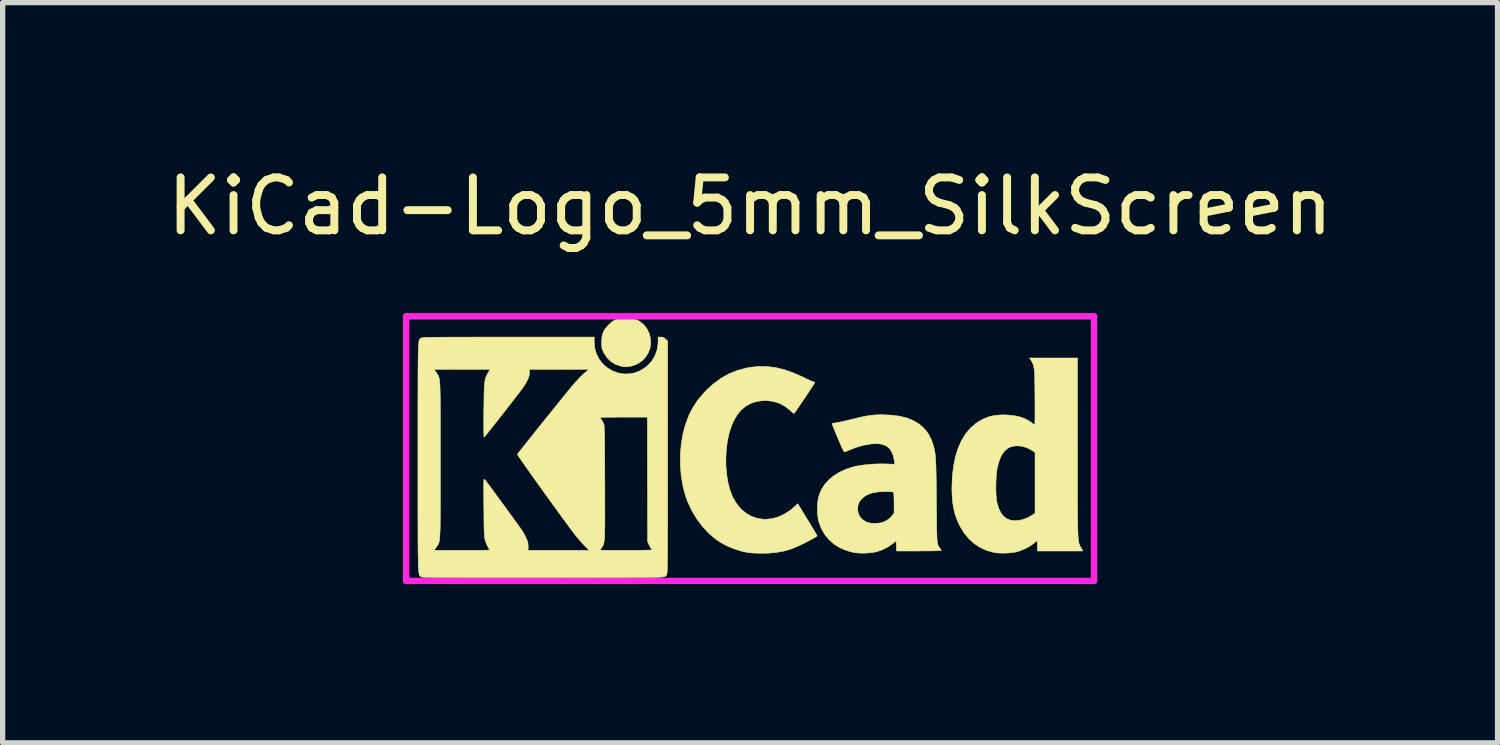
<source format=kicad_pcb>
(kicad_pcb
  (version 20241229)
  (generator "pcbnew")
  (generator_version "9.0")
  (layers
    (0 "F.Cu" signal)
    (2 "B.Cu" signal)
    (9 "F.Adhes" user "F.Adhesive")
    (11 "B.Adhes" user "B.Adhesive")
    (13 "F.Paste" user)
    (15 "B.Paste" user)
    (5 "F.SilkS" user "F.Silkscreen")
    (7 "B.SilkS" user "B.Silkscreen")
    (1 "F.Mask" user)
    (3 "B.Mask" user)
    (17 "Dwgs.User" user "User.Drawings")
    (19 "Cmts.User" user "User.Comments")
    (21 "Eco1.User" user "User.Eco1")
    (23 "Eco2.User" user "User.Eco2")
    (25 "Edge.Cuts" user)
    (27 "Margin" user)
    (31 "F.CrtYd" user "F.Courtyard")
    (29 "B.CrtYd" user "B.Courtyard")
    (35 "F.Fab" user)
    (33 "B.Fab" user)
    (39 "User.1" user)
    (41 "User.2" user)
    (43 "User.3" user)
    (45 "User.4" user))
  (footprint "KiCad-Logo_5mm_SilkScreen"
    (layer "F.Cu")
    (at 11.125 5.928)
    (property "Reference" "KiCad-Logo_5mm_SilkScreen" (at 0 -5.08 0) (layer "F.SilkS") (effects (font (size 1 1) (thickness 0.15))))
    (attr exclude_from_pos_files exclude_from_bom)
    (fp_poly (pts (xy -2.273 -2.973) (xy -2.177 -2.949) (xy -2.09 -2.906) (xy -2.015 -2.847) (xy -1.954 -2.772) (xy -1.909 -2.683) (xy -1.883 -2.586) (xy -1.877 -2.489) (xy -1.892 -2.395) (xy -1.926 -2.307) (xy -1.977 -2.228) (xy -2.042 -2.16) (xy -2.121 -2.106) (xy -2.212 -2.068) (xy -2.263 -2.056) (xy -2.308 -2.048) (xy -2.342 -2.045) (xy -2.375 -2.047) (xy -2.415 -2.054) (xy -2.449 -2.061) (xy -2.542 -2.092) (xy -2.626 -2.143) (xy -2.698 -2.213) (xy -2.756 -2.298) (xy -2.77 -2.326) (xy -2.787 -2.362) (xy -2.797 -2.392) (xy -2.802 -2.425) (xy -2.805 -2.466) (xy -2.805 -2.512) (xy -2.801 -2.596) (xy -2.787 -2.665) (xy -2.762 -2.726) (xy -2.723 -2.784) (xy -2.684 -2.829) (xy -2.612 -2.895) (xy -2.537 -2.94) (xy -2.455 -2.967) (xy -2.377 -2.977) (xy -2.273 -2.973)) (stroke (width 0.01) (type solid)) (fill yes) (layer "F.SilkS"))
    (fp_poly (pts (xy 0.328 -2.051) (xy 0.489 -2.03) (xy 0.653 -1.99) (xy 0.822 -1.93) (xy 1 -1.851) (xy 1.011 -1.845) (xy 1.069 -1.817) (xy 1.121 -1.793) (xy 1.162 -1.775) (xy 1.19 -1.764) (xy 1.2 -1.761) (xy 1.219 -1.756) (xy 1.224 -1.752) (xy 1.218 -1.741) (xy 1.202 -1.715) (xy 1.177 -1.676) (xy 1.145 -1.626) (xy 1.107 -1.569) (xy 1.066 -1.507) (xy 1.023 -1.442) (xy 0.98 -1.379) (xy 0.939 -1.319) (xy 0.902 -1.265) (xy 0.871 -1.22) (xy 0.847 -1.186) (xy 0.832 -1.167) (xy 0.83 -1.165) (xy 0.82 -1.17) (xy 0.798 -1.187) (xy 0.767 -1.214) (xy 0.752 -1.228) (xy 0.655 -1.303) (xy 0.548 -1.359) (xy 0.433 -1.394) (xy 0.31 -1.408) (xy 0.241 -1.407) (xy 0.119 -1.39) (xy 0.01 -1.354) (xy -0.087 -1.299) (xy -0.174 -1.225) (xy -0.249 -1.131) (xy -0.314 -1.018) (xy -0.351 -0.931) (xy -0.395 -0.796) (xy -0.428 -0.648) (xy -0.448 -0.493) (xy -0.458 -0.333) (xy -0.456 -0.173) (xy -0.443 -0.016) (xy -0.419 0.133) (xy -0.384 0.271) (xy -0.338 0.395) (xy -0.322 0.429) (xy -0.253 0.543) (xy -0.173 0.64) (xy -0.081 0.718) (xy 0.02 0.777) (xy 0.13 0.816) (xy 0.247 0.834) (xy 0.289 0.835) (xy 0.41 0.824) (xy 0.531 0.791) (xy 0.649 0.737) (xy 0.762 0.663) (xy 0.854 0.585) (xy 0.9 0.54) (xy 1.081 0.837) (xy 1.127 0.911) (xy 1.168 0.98) (xy 1.204 1.039) (xy 1.233 1.088) (xy 1.254 1.124) (xy 1.265 1.144) (xy 1.266 1.147) (xy 1.258 1.157) (xy 1.233 1.174) (xy 1.193 1.197) (xy 1.142 1.225) (xy 1.084 1.255) (xy 1.021 1.287) (xy 0.958 1.318) (xy 0.896 1.346) (xy 0.839 1.371) (xy 0.791 1.391) (xy 0.768 1.399) (xy 0.634 1.437) (xy 0.496 1.462) (xy 0.349 1.475) (xy 0.222 1.477) (xy 0.154 1.476) (xy 0.088 1.474) (xy 0.031 1.471) (xy -0.013 1.468) (xy -0.027 1.466) (xy -0.166 1.438) (xy -0.307 1.392) (xy -0.445 1.334) (xy -0.572 1.264) (xy -0.649 1.211) (xy -0.777 1.103) (xy -0.895 0.977) (xy -1.002 0.835) (xy -1.095 0.681) (xy -1.173 0.518) (xy -1.217 0.401) (xy -1.267 0.217) (xy -1.301 0.023) (xy -1.318 -0.179) (xy -1.318 -0.382) (xy -1.301 -0.584) (xy -1.268 -0.781) (xy -1.217 -0.967) (xy -1.214 -0.978) (xy -1.151 -1.14) (xy -1.074 -1.288) (xy -0.981 -1.426) (xy -0.868 -1.558) (xy -0.825 -1.604) (xy -0.688 -1.728) (xy -0.549 -1.83) (xy -0.403 -1.912) (xy -0.249 -1.975) (xy -0.084 -2.02) (xy 0.011 -2.038) (xy 0.17 -2.054) (xy 0.328 -2.051)) (stroke (width 0.01) (type solid)) (fill yes) (layer "F.SilkS"))
    (fp_poly (pts (xy 6.187 -0.528) (xy 6.187 -0.293) (xy 6.187 -0.08) (xy 6.187 0.112) (xy 6.187 0.285) (xy 6.187 0.441) (xy 6.188 0.579) (xy 6.188 0.701) (xy 6.189 0.808) (xy 6.19 0.901) (xy 6.192 0.982) (xy 6.194 1.051) (xy 6.196 1.11) (xy 6.198 1.159) (xy 6.202 1.2) (xy 6.205 1.234) (xy 6.21 1.262) (xy 6.214 1.285) (xy 6.22 1.304) (xy 6.226 1.321) (xy 6.233 1.335) (xy 6.24 1.349) (xy 6.249 1.364) (xy 6.254 1.373) (xy 6.288 1.434) (xy 5.43 1.434) (xy 5.43 1.338) (xy 5.429 1.294) (xy 5.427 1.261) (xy 5.424 1.243) (xy 5.423 1.242) (xy 5.412 1.249) (xy 5.389 1.267) (xy 5.366 1.286) (xy 5.312 1.327) (xy 5.242 1.368) (xy 5.165 1.405) (xy 5.088 1.435) (xy 5.057 1.445) (xy 4.989 1.46) (xy 4.906 1.47) (xy 4.816 1.475) (xy 4.728 1.474) (xy 4.649 1.469) (xy 4.612 1.463) (xy 4.473 1.425) (xy 4.346 1.367) (xy 4.23 1.29) (xy 4.127 1.195) (xy 4.036 1.081) (xy 3.969 0.97) (xy 3.914 0.854) (xy 3.872 0.734) (xy 3.842 0.608) (xy 3.823 0.472) (xy 3.815 0.32) (xy 3.814 0.243) (xy 3.816 0.186) (xy 4.645 0.186) (xy 4.645 0.279) (xy 4.648 0.367) (xy 4.654 0.444) (xy 4.662 0.505) (xy 4.665 0.517) (xy 4.697 0.625) (xy 4.738 0.712) (xy 4.79 0.779) (xy 4.853 0.826) (xy 4.926 0.853) (xy 5.011 0.862) (xy 5.107 0.851) (xy 5.17 0.835) (xy 5.219 0.817) (xy 5.274 0.791) (xy 5.314 0.767) (xy 5.385 0.721) (xy 5.385 -0.429) (xy 5.317 -0.473) (xy 5.239 -0.514) (xy 5.155 -0.541) (xy 5.07 -0.553) (xy 4.988 -0.549) (xy 4.915 -0.53) (xy 4.883 -0.515) (xy 4.826 -0.472) (xy 4.777 -0.415) (xy 4.735 -0.342) (xy 4.701 -0.252) (xy 4.672 -0.141) (xy 4.671 -0.135) (xy 4.66 -0.073) (xy 4.653 0.005) (xy 4.648 0.093) (xy 4.645 0.186) (xy 3.816 0.186) (xy 3.822 0.03) (xy 3.844 -0.166) (xy 3.88 -0.345) (xy 3.93 -0.506) (xy 3.994 -0.65) (xy 4.071 -0.777) (xy 4.163 -0.886) (xy 4.268 -0.977) (xy 4.314 -1.008) (xy 4.415 -1.064) (xy 4.518 -1.104) (xy 4.628 -1.128) (xy 4.749 -1.138) (xy 4.842 -1.137) (xy 4.971 -1.126) (xy 5.084 -1.104) (xy 5.183 -1.07) (xy 5.271 -1.024) (xy 5.32 -0.99) (xy 5.349 -0.968) (xy 5.371 -0.953) (xy 5.379 -0.948) (xy 5.381 -0.959) (xy 5.382 -0.99) (xy 5.383 -1.037) (xy 5.384 -1.1) (xy 5.384 -1.173) (xy 5.384 -1.256) (xy 5.384 -1.344) (xy 5.384 -1.436) (xy 5.383 -1.528) (xy 5.382 -1.618) (xy 5.381 -1.704) (xy 5.38 -1.781) (xy 5.379 -1.848) (xy 5.377 -1.902) (xy 5.375 -1.94) (xy 5.375 -1.947) (xy 5.367 -2.018) (xy 5.356 -2.073) (xy 5.338 -2.12) (xy 5.312 -2.166) (xy 5.305 -2.176) (xy 5.281 -2.213) (xy 6.186 -2.213) (xy 6.187 -0.528)) (stroke (width 0.01) (type solid)) (fill yes) (layer "F.SilkS"))
    (fp_poly (pts (xy 2.674 -1.133) (xy 2.825 -1.113) (xy 2.961 -1.08) (xy 3.08 -1.032) (xy 3.185 -0.971) (xy 3.262 -0.907) (xy 3.331 -0.833) (xy 3.385 -0.753) (xy 3.428 -0.661) (xy 3.443 -0.618) (xy 3.456 -0.579) (xy 3.467 -0.543) (xy 3.477 -0.508) (xy 3.485 -0.472) (xy 3.492 -0.433) (xy 3.498 -0.39) (xy 3.503 -0.34) (xy 3.507 -0.283) (xy 3.51 -0.215) (xy 3.513 -0.136) (xy 3.515 -0.043) (xy 3.517 0.066) (xy 3.518 0.192) (xy 3.52 0.337) (xy 3.521 0.48) (xy 3.522 0.636) (xy 3.524 0.771) (xy 3.525 0.887) (xy 3.526 0.986) (xy 3.528 1.068) (xy 3.53 1.136) (xy 3.532 1.192) (xy 3.535 1.236) (xy 3.539 1.271) (xy 3.544 1.299) (xy 3.55 1.321) (xy 3.557 1.338) (xy 3.565 1.352) (xy 3.574 1.366) (xy 3.585 1.38) (xy 3.59 1.385) (xy 3.605 1.408) (xy 3.612 1.423) (xy 3.612 1.424) (xy 3.602 1.426) (xy 3.571 1.428) (xy 3.522 1.43) (xy 3.458 1.431) (xy 3.382 1.433) (xy 3.295 1.433) (xy 3.2 1.434) (xy 3.19 1.434) (xy 2.767 1.434) (xy 2.763 1.338) (xy 2.76 1.242) (xy 2.698 1.293) (xy 2.601 1.36) (xy 2.491 1.415) (xy 2.404 1.445) (xy 2.335 1.46) (xy 2.252 1.47) (xy 2.162 1.475) (xy 2.074 1.474) (xy 1.995 1.468) (xy 1.959 1.463) (xy 1.819 1.425) (xy 1.692 1.37) (xy 1.58 1.299) (xy 1.484 1.213) (xy 1.404 1.112) (xy 1.341 0.997) (xy 1.296 0.871) (xy 1.284 0.814) (xy 1.276 0.752) (xy 1.273 0.677) (xy 1.272 0.643) (xy 1.272 0.64) (xy 2.032 0.64) (xy 2.042 0.715) (xy 2.07 0.779) (xy 2.118 0.835) (xy 2.123 0.839) (xy 2.172 0.874) (xy 2.223 0.897) (xy 2.284 0.909) (xy 2.359 0.911) (xy 2.377 0.911) (xy 2.431 0.908) (xy 2.471 0.903) (xy 2.506 0.893) (xy 2.545 0.876) (xy 2.556 0.871) (xy 2.616 0.835) (xy 2.663 0.792) (xy 2.676 0.777) (xy 2.721 0.72) (xy 2.721 0.525) (xy 2.72 0.446) (xy 2.718 0.388) (xy 2.715 0.349) (xy 2.711 0.327) (xy 2.707 0.32) (xy 2.691 0.317) (xy 2.657 0.314) (xy 2.61 0.313) (xy 2.555 0.312) (xy 2.546 0.312) (xy 2.425 0.317) (xy 2.323 0.333) (xy 2.236 0.361) (xy 2.164 0.401) (xy 2.109 0.448) (xy 2.064 0.506) (xy 2.039 0.569) (xy 2.032 0.64) (xy 1.272 0.64) (xy 1.274 0.55) (xy 1.283 0.471) (xy 1.299 0.4) (xy 1.324 0.329) (xy 1.348 0.276) (xy 1.407 0.181) (xy 1.485 0.093) (xy 1.58 0.014) (xy 1.69 -0.055) (xy 1.813 -0.111) (xy 1.945 -0.154) (xy 2.009 -0.169) (xy 2.146 -0.191) (xy 2.294 -0.206) (xy 2.446 -0.212) (xy 2.572 -0.211) (xy 2.734 -0.204) (xy 2.727 -0.263) (xy 2.707 -0.362) (xy 2.676 -0.443) (xy 2.632 -0.506) (xy 2.575 -0.551) (xy 2.503 -0.58) (xy 2.416 -0.594) (xy 2.313 -0.591) (xy 2.275 -0.587) (xy 2.134 -0.562) (xy 1.997 -0.521) (xy 1.902 -0.483) (xy 1.857 -0.464) (xy 1.819 -0.448) (xy 1.792 -0.439) (xy 1.785 -0.437) (xy 1.775 -0.446) (xy 1.758 -0.475) (xy 1.734 -0.524) (xy 1.703 -0.594) (xy 1.665 -0.684) (xy 1.658 -0.7) (xy 1.628 -0.772) (xy 1.601 -0.838) (xy 1.578 -0.893) (xy 1.561 -0.936) (xy 1.55 -0.963) (xy 1.547 -0.972) (xy 1.557 -0.977) (xy 1.583 -0.982) (xy 1.611 -0.986) (xy 1.642 -0.991) (xy 1.689 -1) (xy 1.751 -1.013) (xy 1.821 -1.029) (xy 1.896 -1.047) (xy 1.925 -1.054) (xy 2.03 -1.08) (xy 2.117 -1.1) (xy 2.192 -1.115) (xy 2.258 -1.126) (xy 2.319 -1.133) (xy 2.381 -1.138) (xy 2.446 -1.14) (xy 2.504 -1.14) (xy 2.674 -1.133)) (stroke (width 0.01) (type solid)) (fill yes) (layer "F.SilkS"))
    (fp_poly (pts (xy -2.946 -2.511) (xy -2.936 -2.397) (xy -2.904 -2.289) (xy -2.853 -2.19) (xy -2.784 -2.102) (xy -2.699 -2.027) (xy -2.602 -1.97) (xy -2.496 -1.93) (xy -2.389 -1.911) (xy -2.283 -1.913) (xy -2.181 -1.932) (xy -2.085 -1.969) (xy -1.996 -2.021) (xy -1.917 -2.087) (xy -1.849 -2.167) (xy -1.796 -2.258) (xy -1.759 -2.359) (xy -1.74 -2.47) (xy -1.738 -2.52) (xy -1.738 -2.608) (xy -1.687 -2.608) (xy -1.65 -2.605) (xy -1.623 -2.593) (xy -1.596 -2.569) (xy -1.558 -2.531) (xy -1.558 -0.339) (xy -1.558 -0.077) (xy -1.558 0.163) (xy -1.558 0.383) (xy -1.558 0.583) (xy -1.558 0.764) (xy -1.558 0.928) (xy -1.559 1.074) (xy -1.559 1.205) (xy -1.559 1.32) (xy -1.56 1.421) (xy -1.561 1.509) (xy -1.561 1.585) (xy -1.562 1.65) (xy -1.563 1.704) (xy -1.564 1.749) (xy -1.565 1.786) (xy -1.567 1.815) (xy -1.568 1.837) (xy -1.57 1.854) (xy -1.572 1.866) (xy -1.574 1.874) (xy -1.576 1.88) (xy -1.577 1.882) (xy -1.581 1.889) (xy -1.585 1.895) (xy -1.589 1.901) (xy -1.594 1.906) (xy -1.601 1.911) (xy -1.611 1.916) (xy -1.625 1.92) (xy -1.645 1.923) (xy -1.669 1.926) (xy -1.701 1.929) (xy -1.741 1.931) (xy -1.789 1.934) (xy -1.846 1.935) (xy -1.914 1.937) (xy -1.994 1.938) (xy -2.085 1.939) (xy -2.19 1.94) (xy -2.309 1.94) (xy -2.443 1.941) (xy -2.593 1.941) (xy -2.76 1.941) (xy -2.945 1.942) (xy -3.149 1.942) (xy -3.372 1.942) (xy -3.616 1.941) (xy -3.881 1.941) (xy -3.92 1.941) (xy -4.187 1.941) (xy -4.432 1.941) (xy -4.657 1.941) (xy -4.861 1.941) (xy -5.047 1.941) (xy -5.215 1.941) (xy -5.366 1.94) (xy -5.501 1.94) (xy -5.62 1.939) (xy -5.725 1.939) (xy -5.817 1.938) (xy -5.896 1.938) (xy -5.964 1.937) (xy -6.021 1.936) (xy -6.069 1.935) (xy -6.107 1.933) (xy -6.138 1.932) (xy -6.162 1.931) (xy -6.18 1.929) (xy -6.192 1.927) (xy -6.201 1.925) (xy -6.205 1.923) (xy -6.214 1.92) (xy -6.221 1.917) (xy -6.229 1.915) (xy -6.235 1.911) (xy -6.241 1.906) (xy -6.246 1.897) (xy -6.251 1.885) (xy -6.255 1.869) (xy -6.259 1.846) (xy -6.262 1.818) (xy -6.265 1.781) (xy -6.268 1.737) (xy -6.27 1.683) (xy -6.271 1.618) (xy -6.273 1.543) (xy -6.274 1.455) (xy -6.275 1.354) (xy -6.276 1.239) (xy -6.276 1.11) (xy -6.276 0.964) (xy -6.277 0.802) (xy -6.277 0.621) (xy -6.277 0.422) (xy -6.277 0.204) (xy -6.277 -0.035) (xy -6.277 -0.296) (xy -6.277 -0.338) (xy -6.277 -0.601) (xy -6.277 -0.842) (xy -6.277 -1.063) (xy -6.277 -1.264) (xy -6.277 -1.446) (xy -6.276 -1.61) (xy -6.276 -1.757) (xy -6.276 -1.888) (xy -6.275 -1.998) (xy -5.972 -1.998) (xy -5.932 -1.94) (xy -5.921 -1.925) (xy -5.911 -1.911) (xy -5.902 -1.897) (xy -5.894 -1.883) (xy -5.887 -1.868) (xy -5.881 -1.849) (xy -5.875 -1.826) (xy -5.871 -1.798) (xy -5.867 -1.764) (xy -5.863 -1.722) (xy -5.861 -1.67) (xy -5.858 -1.609) (xy -5.857 -1.537) (xy -5.855 -1.452) (xy -5.855 -1.354) (xy -5.854 -1.24) (xy -5.853 -1.111) (xy -5.853 -0.965) (xy -5.853 -0.8) (xy -5.853 -0.616) (xy -5.853 -0.41) (xy -5.853 -0.288) (xy -5.853 -0.071) (xy -5.853 0.125) (xy -5.853 0.3) (xy -5.853 0.456) (xy -5.854 0.595) (xy -5.854 0.717) (xy -5.855 0.823) (xy -5.856 0.915) (xy -5.857 0.994) (xy -5.859 1.062) (xy -5.862 1.118) (xy -5.865 1.165) (xy -5.868 1.204) (xy -5.872 1.235) (xy -5.877 1.261) (xy -5.883 1.282) (xy -5.89 1.299) (xy -5.897 1.314) (xy -5.906 1.327) (xy -5.915 1.341) (xy -5.925 1.356) (xy -5.932 1.365) (xy -5.97 1.422) (xy -5.439 1.422) (xy -5.315 1.422) (xy -5.213 1.422) (xy -5.129 1.422) (xy -5.063 1.421) (xy -5.012 1.42) (xy -4.974 1.419) (xy -4.948 1.417) (xy -4.932 1.415) (xy -4.923 1.412) (xy -4.921 1.408) (xy -4.923 1.404) (xy -4.925 1.403) (xy -4.95 1.366) (xy -4.976 1.313) (xy -4.999 1.251) (xy -5.007 1.224) (xy -5.012 1.206) (xy -5.016 1.185) (xy -5.019 1.159) (xy -5.022 1.126) (xy -5.024 1.083) (xy -5.026 1.028) (xy -5.028 0.96) (xy -5.029 0.877) (xy -5.03 0.775) (xy -5.031 0.654) (xy -5.032 0.61) (xy -5.033 0.484) (xy -5.033 0.38) (xy -5.034 0.295) (xy -5.034 0.227) (xy -5.034 0.174) (xy -5.033 0.135) (xy -5.031 0.107) (xy -5.029 0.09) (xy -5.027 0.081) (xy -5.023 0.078) (xy -5.019 0.08) (xy -5.015 0.085) (xy -5.004 0.098) (xy -4.982 0.127) (xy -4.95 0.17) (xy -4.909 0.225) (xy -4.861 0.289) (xy -4.808 0.362) (xy -4.751 0.44) (xy -4.691 0.521) (xy -4.631 0.603) (xy -4.572 0.685) (xy -4.514 0.763) (xy -4.461 0.836) (xy -4.413 0.902) (xy -4.373 0.959) (xy -4.341 1.004) (xy -4.318 1.035) (xy -4.314 1.041) (xy -4.291 1.078) (xy -4.264 1.126) (xy -4.239 1.176) (xy -4.236 1.183) (xy -4.214 1.231) (xy -4.201 1.268) (xy -4.196 1.304) (xy -4.194 1.346) (xy -4.195 1.422) (xy -3.041 1.422) (xy -3.132 1.329) (xy -3.179 1.279) (xy -3.229 1.222) (xy -3.275 1.168) (xy -3.295 1.143) (xy -3.326 1.103) (xy -3.366 1.05) (xy -3.414 0.985) (xy -3.47 0.909) (xy -3.532 0.825) (xy -3.599 0.733) (xy -3.669 0.636) (xy -3.743 0.535) (xy -3.817 0.432) (xy -3.892 0.328) (xy -3.966 0.225) (xy -4.038 0.125) (xy -4.106 0.029) (xy -4.17 -0.061) (xy -4.229 -0.144) (xy -4.28 -0.218) (xy -4.324 -0.28) (xy -4.359 -0.33) (xy -4.383 -0.367) (xy -4.396 -0.387) (xy -4.398 -0.391) (xy -4.39 -0.403) (xy -4.369 -0.43) (xy -4.337 -0.471) (xy -4.294 -0.525) (xy -4.243 -0.589) (xy -4.185 -0.663) (xy -4.12 -0.744) (xy -4.051 -0.831) (xy -3.979 -0.921) (xy -3.904 -1.014) (xy -3.845 -1.088) (xy -2.834 -1.088) (xy -2.828 -1.075) (xy -2.813 -1.053) (xy -2.812 -1.052) (xy -2.793 -1.021) (xy -2.774 -0.985) (xy -2.77 -0.976) (xy -2.766 -0.968) (xy -2.763 -0.958) (xy -2.76 -0.945) (xy -2.758 -0.927) (xy -2.756 -0.904) (xy -2.754 -0.873) (xy -2.753 -0.833) (xy -2.751 -0.784) (xy -2.75 -0.723) (xy -2.749 -0.649) (xy -2.749 -0.561) (xy -2.748 -0.457) (xy -2.747 -0.337) (xy -2.747 -0.198) (xy -2.746 -0.039) (xy -2.746 0.14) (xy -2.745 0.325) (xy -2.745 0.489) (xy -2.745 0.633) (xy -2.744 0.759) (xy -2.745 0.868) (xy -2.745 0.961) (xy -2.747 1.04) (xy -2.748 1.106) (xy -2.75 1.161) (xy -2.753 1.206) (xy -2.757 1.242) (xy -2.761 1.271) (xy -2.766 1.295) (xy -2.772 1.313) (xy -2.779 1.329) (xy -2.787 1.344) (xy -2.797 1.358) (xy -2.805 1.37) (xy -2.822 1.396) (xy -2.832 1.414) (xy -2.834 1.417) (xy -2.823 1.418) (xy -2.791 1.419) (xy -2.742 1.42) (xy -2.677 1.421) (xy -2.599 1.422) (xy -2.51 1.422) (xy -2.411 1.422) (xy -2.342 1.422) (xy -2.237 1.422) (xy -2.141 1.422) (xy -2.054 1.421) (xy -1.98 1.419) (xy -1.921 1.418) (xy -1.879 1.416) (xy -1.855 1.414) (xy -1.851 1.412) (xy -1.859 1.398) (xy -1.867 1.39) (xy -1.88 1.372) (xy -1.897 1.342) (xy -1.909 1.318) (xy -1.936 1.259) (xy -1.939 0.082) (xy -1.942 -1.095) (xy -2.388 -1.095) (xy -2.486 -1.095) (xy -2.576 -1.094) (xy -2.657 -1.094) (xy -2.725 -1.093) (xy -2.779 -1.092) (xy -2.815 -1.09) (xy -2.833 -1.089) (xy -2.834 -1.088) (xy -3.845 -1.088) (xy -3.829 -1.107) (xy -3.755 -1.199) (xy -3.683 -1.289) (xy -3.615 -1.374) (xy -3.551 -1.452) (xy -3.494 -1.523) (xy -3.444 -1.584) (xy -3.403 -1.633) (xy -3.386 -1.654) (xy -3.3 -1.754) (xy -3.223 -1.838) (xy -3.154 -1.906) (xy -3.091 -1.96) (xy -3.082 -1.967) (xy -3.042 -1.998) (xy -4.174 -1.998) (xy -4.169 -1.95) (xy -4.172 -1.893) (xy -4.194 -1.825) (xy -4.234 -1.745) (xy -4.279 -1.673) (xy -4.295 -1.65) (xy -4.323 -1.612) (xy -4.361 -1.562) (xy -4.408 -1.501) (xy -4.462 -1.432) (xy -4.52 -1.356) (xy -4.582 -1.276) (xy -4.646 -1.194) (xy -4.71 -1.112) (xy -4.773 -1.032) (xy -4.832 -0.957) (xy -4.887 -0.888) (xy -4.935 -0.828) (xy -4.974 -0.778) (xy -5.004 -0.742) (xy -5.022 -0.72) (xy -5.025 -0.717) (xy -5.028 -0.725) (xy -5.03 -0.755) (xy -5.032 -0.807) (xy -5.033 -0.881) (xy -5.033 -0.977) (xy -5.033 -1.094) (xy -5.032 -1.214) (xy -5.03 -1.346) (xy -5.029 -1.457) (xy -5.027 -1.551) (xy -5.024 -1.629) (xy -5.021 -1.692) (xy -5.016 -1.745) (xy -5.009 -1.788) (xy -5.002 -1.823) (xy -4.992 -1.854) (xy -4.98 -1.882) (xy -4.965 -1.91) (xy -4.95 -1.935) (xy -4.912 -1.998) (xy -5.972 -1.998) (xy -6.275 -1.998) (xy -6.275 -2.004) (xy -6.274 -2.106) (xy -6.273 -2.195) (xy -6.272 -2.272) (xy -6.27 -2.337) (xy -6.269 -2.393) (xy -6.266 -2.438) (xy -6.264 -2.475) (xy -6.261 -2.505) (xy -6.258 -2.528) (xy -6.254 -2.546) (xy -6.25 -2.559) (xy -6.245 -2.568) (xy -6.24 -2.574) (xy -6.234 -2.579) (xy -6.228 -2.582) (xy -6.222 -2.586) (xy -6.216 -2.589) (xy -6.21 -2.592) (xy -6.202 -2.594) (xy -6.19 -2.596) (xy -6.173 -2.598) (xy -6.149 -2.6) (xy -6.118 -2.601) (xy -6.079 -2.602) (xy -6.03 -2.603) (xy -5.971 -2.604) (xy -5.899 -2.605) (xy -5.815 -2.606) (xy -5.718 -2.606) (xy -5.605 -2.607) (xy -5.476 -2.607) (xy -5.33 -2.607) (xy -5.166 -2.608) (xy -4.982 -2.608) (xy -4.778 -2.608) (xy -4.567 -2.608) (xy -2.946 -2.608) (xy -2.946 -2.511)) (stroke (width 0.01) (type solid)) (fill yes) (layer "F.SilkS"))
    (fp_line (start -6.5 -3) (end -6.5 2) (stroke (width 0.12) (type solid)) (layer "F.CrtYd"))
    (fp_line (start -6.5 2) (end 6.5 2) (stroke (width 0.12) (type solid)) (layer "F.CrtYd"))
    (fp_line (start 6.5 -3) (end -6.5 -3) (stroke (width 0.12) (type solid)) (layer "F.CrtYd"))
    (fp_line (start 6.5 2) (end 6.5 -3) (stroke (width 0.12) (type solid)) (layer "F.CrtYd")))
  (gr_rect
    (start -3 -3)
    (end 25.25 10.988)
    (stroke (width 0.1) (type default))
    (fill no)
    (layer "Edge.Cuts")))
</source>
